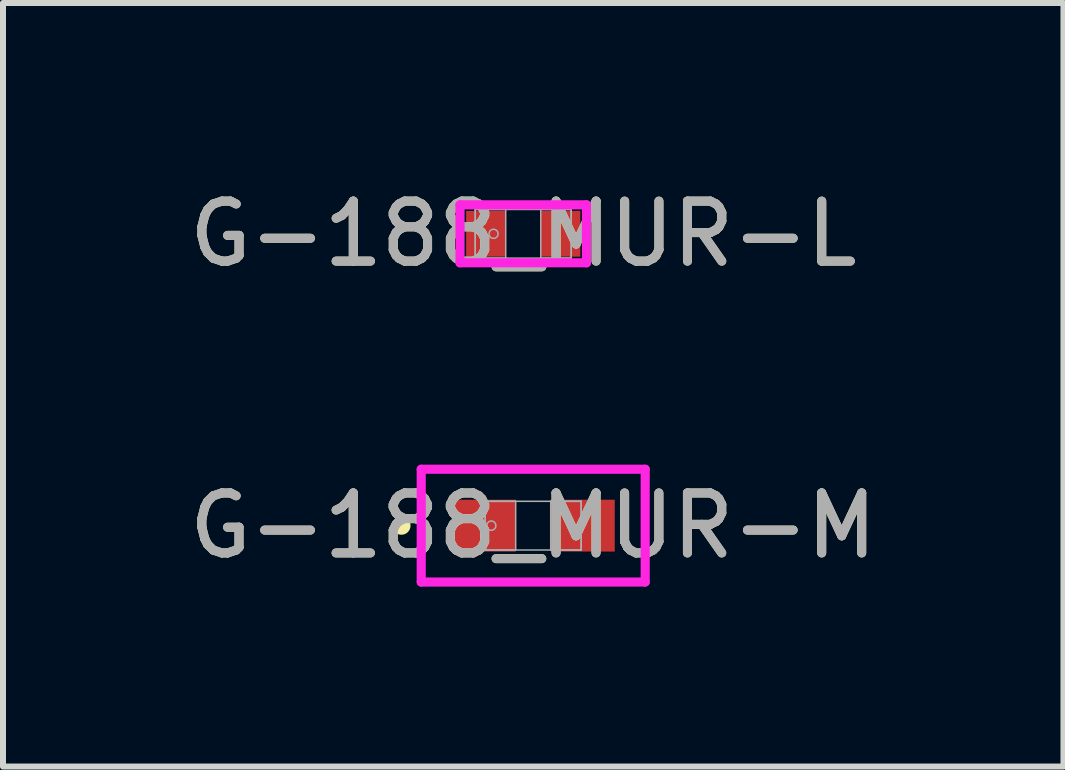
<source format=kicad_pcb>
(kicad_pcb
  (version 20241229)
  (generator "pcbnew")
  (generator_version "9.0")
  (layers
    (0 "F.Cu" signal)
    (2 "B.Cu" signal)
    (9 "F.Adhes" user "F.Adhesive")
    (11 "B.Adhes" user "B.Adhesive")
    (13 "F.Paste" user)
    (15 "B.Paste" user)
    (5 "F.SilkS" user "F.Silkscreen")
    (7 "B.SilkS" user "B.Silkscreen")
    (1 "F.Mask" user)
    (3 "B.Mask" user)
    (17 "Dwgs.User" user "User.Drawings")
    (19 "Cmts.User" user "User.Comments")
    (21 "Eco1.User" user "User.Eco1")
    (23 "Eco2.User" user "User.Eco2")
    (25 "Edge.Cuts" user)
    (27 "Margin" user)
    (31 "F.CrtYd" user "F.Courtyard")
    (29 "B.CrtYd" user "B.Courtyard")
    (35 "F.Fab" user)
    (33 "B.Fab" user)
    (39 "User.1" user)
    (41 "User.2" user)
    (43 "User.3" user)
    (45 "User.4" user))
  (footprint "G-188_MUR-L"
    (layer "F.Cu")
    (at 5.673 0.848)
    (property "Reference" "G-188_MUR-L" (at 0 0 0) (unlocked yes) (layer "F.SilkS") (effects (font (size 1 1) (thickness 0.15))))
    (attr smd)
    (fp_line (start -1.054 -0.483) (end 1.054 -0.483) (stroke (width 0.152) (type solid)) (layer "F.CrtYd"))
    (fp_line (start -1.054 0.483) (end -1.054 -0.483) (stroke (width 0.152) (type solid)) (layer "F.CrtYd"))
    (fp_line (start 1.054 -0.483) (end 1.054 0.483) (stroke (width 0.152) (type solid)) (layer "F.CrtYd"))
    (fp_line (start 1.054 0.483) (end -1.054 0.483) (stroke (width 0.152) (type solid)) (layer "F.CrtYd"))
    (fp_line (start -0.8 -0.406) (end -0.8 0.406) (stroke (width 0.025) (type solid)) (layer "F.Fab"))
    (fp_line (start -0.8 -0.406) (end -0.8 0.406) (stroke (width 0.025) (type solid)) (layer "F.Fab"))
    (fp_line (start -0.8 0.406) (end -0.292 0.406) (stroke (width 0.025) (type solid)) (layer "F.Fab"))
    (fp_line (start -0.8 0.406) (end 0.8 0.406) (stroke (width 0.025) (type solid)) (layer "F.Fab"))
    (fp_line (start -0.292 -0.406) (end -0.8 -0.406) (stroke (width 0.025) (type solid)) (layer "F.Fab"))
    (fp_line (start -0.292 0.406) (end -0.292 -0.406) (stroke (width 0.025) (type solid)) (layer "F.Fab"))
    (fp_line (start 0.292 -0.406) (end 0.292 0.406) (stroke (width 0.025) (type solid)) (layer "F.Fab"))
    (fp_line (start 0.292 0.406) (end 0.8 0.406) (stroke (width 0.025) (type solid)) (layer "F.Fab"))
    (fp_line (start 0.8 -0.406) (end -0.8 -0.406) (stroke (width 0.025) (type solid)) (layer "F.Fab"))
    (fp_line (start 0.8 -0.406) (end 0.292 -0.406) (stroke (width 0.025) (type solid)) (layer "F.Fab"))
    (fp_line (start 0.8 0.406) (end 0.8 -0.406) (stroke (width 0.025) (type solid)) (layer "F.Fab"))
    (fp_line (start 0.8 0.406) (end 0.8 -0.406) (stroke (width 0.025) (type solid)) (layer "F.Fab"))
    (fp_circle (center -0.495 0) (end -0.419 0) (stroke (width 0.025) (type solid)) (fill no) (layer "F.Fab"))
    (fp_text user "${REFERENCE}" (at 0 0 0) (unlocked yes) (layer "F.Fab") (effects (font (size 1 1) (thickness 0.15))))
    (pad "1" smd rect (at -0.622 0) (size 0.66 0.762) (layers "F.Cu" "F.Mask" "F.Paste"))
    (pad "2" smd rect (at 0.622 0) (size 0.66 0.762) (layers "F.Cu" "F.Mask" "F.Paste"))
    (zone (net_name "") (layer "F.Cu") (hatch full 0.508) (connect_pads) (min_thickness 0.254) (filled_areas_thickness no) (keepout (tracks not_allowed) (vias not_allowed) (pads allowed) (copperpour not_allowed) (footprints allowed)) (placement (enabled no)) (fill) (polygon (pts (xy 5.431 0.493) (xy 5.914 0.493) (xy 5.914 1.204) (xy 5.431 1.204)))))
  (footprint "G-188_MUR-M"
    (layer "F.Cu")
    (at 5.839 5.713)
    (property "Reference" "G-188_MUR-M" (at 0 0 0) (unlocked yes) (layer "F.SilkS") (effects (font (size 1 1) (thickness 0.15))))
    (attr smd)
    (fp_circle (center -2.197 0) (end -2.121 0) (stroke (width 0.152) (type solid)) (fill no) (layer "F.SilkS"))
    (fp_line (start -1.867 -0.94) (end 1.867 -0.94) (stroke (width 0.152) (type solid)) (layer "F.CrtYd"))
    (fp_line (start -1.867 0.94) (end -1.867 -0.94) (stroke (width 0.152) (type solid)) (layer "F.CrtYd"))
    (fp_line (start 1.867 -0.94) (end 1.867 0.94) (stroke (width 0.152) (type solid)) (layer "F.CrtYd"))
    (fp_line (start 1.867 0.94) (end -1.867 0.94) (stroke (width 0.152) (type solid)) (layer "F.CrtYd"))
    (fp_line (start -0.8 -0.406) (end -0.8 0.406) (stroke (width 0.025) (type solid)) (layer "F.Fab"))
    (fp_line (start -0.8 -0.406) (end -0.8 0.406) (stroke (width 0.025) (type solid)) (layer "F.Fab"))
    (fp_line (start -0.8 0.406) (end -0.292 0.406) (stroke (width 0.025) (type solid)) (layer "F.Fab"))
    (fp_line (start -0.8 0.406) (end 0.8 0.406) (stroke (width 0.025) (type solid)) (layer "F.Fab"))
    (fp_line (start -0.292 -0.406) (end -0.8 -0.406) (stroke (width 0.025) (type solid)) (layer "F.Fab"))
    (fp_line (start -0.292 0.406) (end -0.292 -0.406) (stroke (width 0.025) (type solid)) (layer "F.Fab"))
    (fp_line (start 0.292 -0.406) (end 0.292 0.406) (stroke (width 0.025) (type solid)) (layer "F.Fab"))
    (fp_line (start 0.292 0.406) (end 0.8 0.406) (stroke (width 0.025) (type solid)) (layer "F.Fab"))
    (fp_line (start 0.8 -0.406) (end -0.8 -0.406) (stroke (width 0.025) (type solid)) (layer "F.Fab"))
    (fp_line (start 0.8 -0.406) (end 0.292 -0.406) (stroke (width 0.025) (type solid)) (layer "F.Fab"))
    (fp_line (start 0.8 0.406) (end 0.8 -0.406) (stroke (width 0.025) (type solid)) (layer "F.Fab"))
    (fp_line (start 0.8 0.406) (end 0.8 -0.406) (stroke (width 0.025) (type solid)) (layer "F.Fab"))
    (fp_circle (center -0.699 0) (end -0.622 0) (stroke (width 0.025) (type solid)) (fill no) (layer "F.Fab"))
    (fp_text user "${REFERENCE}" (at 0 0 0) (unlocked yes) (layer "F.Fab") (effects (font (size 1 1) (thickness 0.15))))
    (pad "1" smd rect (at -0.826 0) (size 1.067 0.864) (layers "F.Cu" "F.Mask" "F.Paste"))
    (pad "2" smd rect (at 0.826 0) (size 1.067 0.864) (layers "F.Cu" "F.Mask" "F.Paste"))
    (zone (net_name "") (layer "F.Cu") (hatch full 0.508) (connect_pads) (min_thickness 0.254) (filled_areas_thickness no) (keepout (tracks not_allowed) (vias not_allowed) (pads allowed) (copperpour not_allowed) (footprints allowed)) (placement (enabled no)) (fill) (polygon (pts (xy 5.598 5.357) (xy 6.081 5.357) (xy 6.081 6.068) (xy 5.598 6.068)))))
  (gr_rect
    (start -3 -3)
    (end 14.679 9.729)
    (stroke (width 0.1) (type default))
    (fill no)
    (layer "Edge.Cuts")))
</source>
